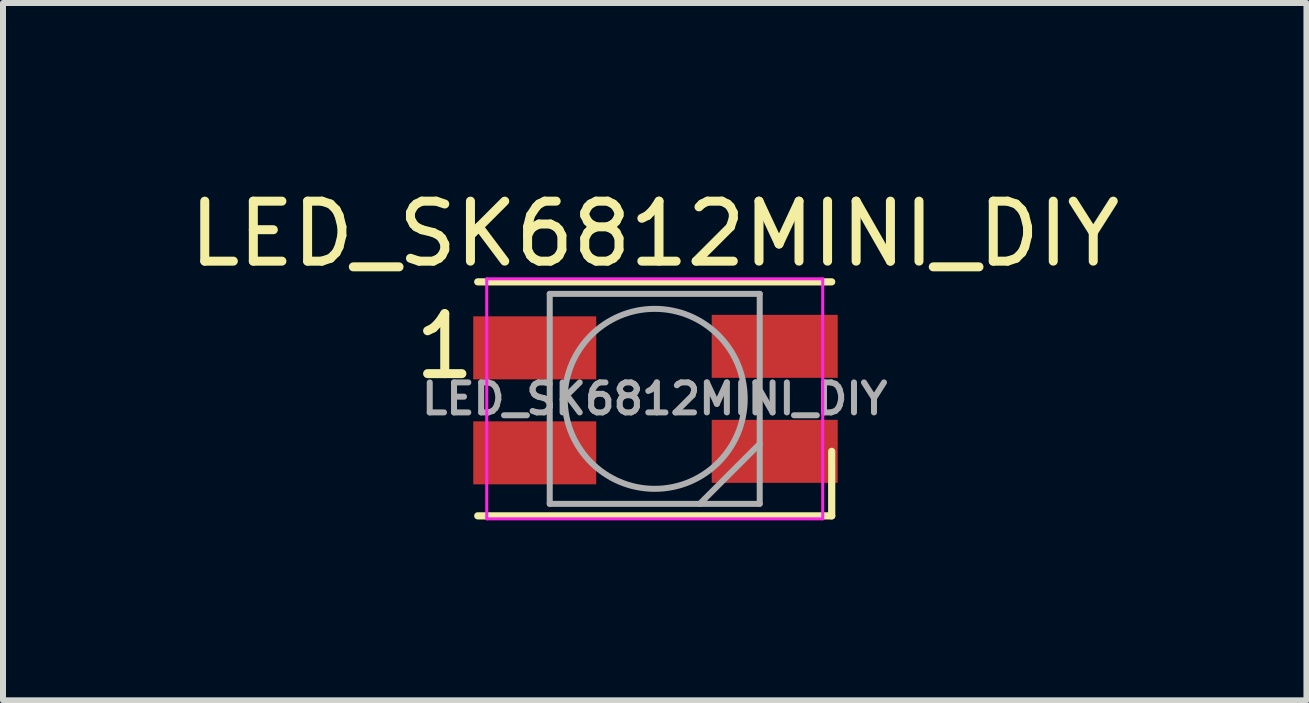
<source format=kicad_pcb>
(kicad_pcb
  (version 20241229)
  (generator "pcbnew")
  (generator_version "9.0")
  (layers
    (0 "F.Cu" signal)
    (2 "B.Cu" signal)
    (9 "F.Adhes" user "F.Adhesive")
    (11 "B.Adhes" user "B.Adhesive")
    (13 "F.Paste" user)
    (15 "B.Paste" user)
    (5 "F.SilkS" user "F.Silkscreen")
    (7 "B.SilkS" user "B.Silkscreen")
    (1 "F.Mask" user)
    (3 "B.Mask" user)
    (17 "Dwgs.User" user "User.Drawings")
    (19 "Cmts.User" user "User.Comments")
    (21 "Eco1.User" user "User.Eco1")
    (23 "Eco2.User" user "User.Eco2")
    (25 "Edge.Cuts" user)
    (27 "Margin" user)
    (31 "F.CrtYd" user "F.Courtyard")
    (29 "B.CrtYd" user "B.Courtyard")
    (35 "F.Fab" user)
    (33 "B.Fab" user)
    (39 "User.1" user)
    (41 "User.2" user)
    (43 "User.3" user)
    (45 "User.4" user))
  (footprint "LED_SK6812MINI_DIY"
    (layer "F.Cu")
    (at 7.863 3.598)
    (property "Reference" "LED_SK6812MINI_DIY" (at 0 -2.75 0) (layer "F.SilkS") (effects (font (size 1 1) (thickness 0.15))))
    (attr smd)
    (fp_line (start -2.95 -1.95) (end 2.95 -1.95) (stroke (width 0.12) (type solid)) (layer "F.SilkS"))
    (fp_line (start -2.95 1.95) (end 2.95 1.95) (stroke (width 0.12) (type solid)) (layer "F.SilkS"))
    (fp_line (start 2.95 1.95) (end 2.95 0.875) (stroke (width 0.12) (type solid)) (layer "F.SilkS"))
    (fp_line (start -2.8 -2) (end -2.8 2) (stroke (width 0.05) (type solid)) (layer "F.CrtYd"))
    (fp_line (start -2.8 2) (end 2.8 2) (stroke (width 0.05) (type solid)) (layer "F.CrtYd"))
    (fp_line (start 2.8 -2) (end -2.8 -2) (stroke (width 0.05) (type solid)) (layer "F.CrtYd"))
    (fp_line (start 2.8 2) (end 2.8 -2) (stroke (width 0.05) (type solid)) (layer "F.CrtYd"))
    (fp_line (start -1.75 -1.75) (end -1.75 1.75) (stroke (width 0.1) (type solid)) (layer "F.Fab"))
    (fp_line (start -1.75 1.75) (end 1.75 1.75) (stroke (width 0.1) (type solid)) (layer "F.Fab"))
    (fp_line (start 1.75 -1.75) (end -1.75 -1.75) (stroke (width 0.1) (type solid)) (layer "F.Fab"))
    (fp_line (start 1.75 0.75) (end 0.75 1.75) (stroke (width 0.1) (type solid)) (layer "F.Fab"))
    (fp_line (start 1.75 1.75) (end 1.75 -1.75) (stroke (width 0.1) (type solid)) (layer "F.Fab"))
    (fp_circle (center 0 0) (end 0 -1.5) (stroke (width 0.1) (type solid)) (fill no) (layer "F.Fab"))
    (fp_text user "1" (at -3.5 -0.875 0) (layer "F.SilkS") (effects (font (size 1 1) (thickness 0.15))))
    (fp_text user "${REFERENCE}" (at 0 0 0) (layer "F.Fab") (effects (font (size 0.5 0.5) (thickness 0.1))))
    (pad "1" smd rect (at -2 -0.85) (size 2.05 1.05) (layers "F.Cu" "F.Mask" "F.Paste"))
    (pad "2" smd rect (at -2 0.9) (size 2.05 1.05) (layers "F.Cu" "F.Mask" "F.Paste"))
    (pad "3" smd rect (at 2 0.875) (size 2.1 1.05) (layers "F.Cu" "F.Mask" "F.Paste"))
    (pad "4" smd rect (at 2 -0.875) (size 2.1 1.05) (layers "F.Cu" "F.Mask" "F.Paste"))
    (zone (net_name "") (layer "F.Cu") (hatch edge 0.508) (connect_pads) (min_thickness 0.254) (filled_areas_thickness no) (keepout (tracks not_allowed) (vias not_allowed) (pads not_allowed) (copperpour not_allowed) (footprints allowed)) (placement (enabled no)) (fill) (polygon (pts (xy 8.763 5.348) (xy 6.913 5.348) (xy 6.913 1.998) (xy 8.763 1.998)))))
  (gr_rect
    (start -3 -3)
    (end 18.726 8.623)
    (stroke (width 0.1) (type default))
    (fill no)
    (layer "Edge.Cuts")))
</source>
